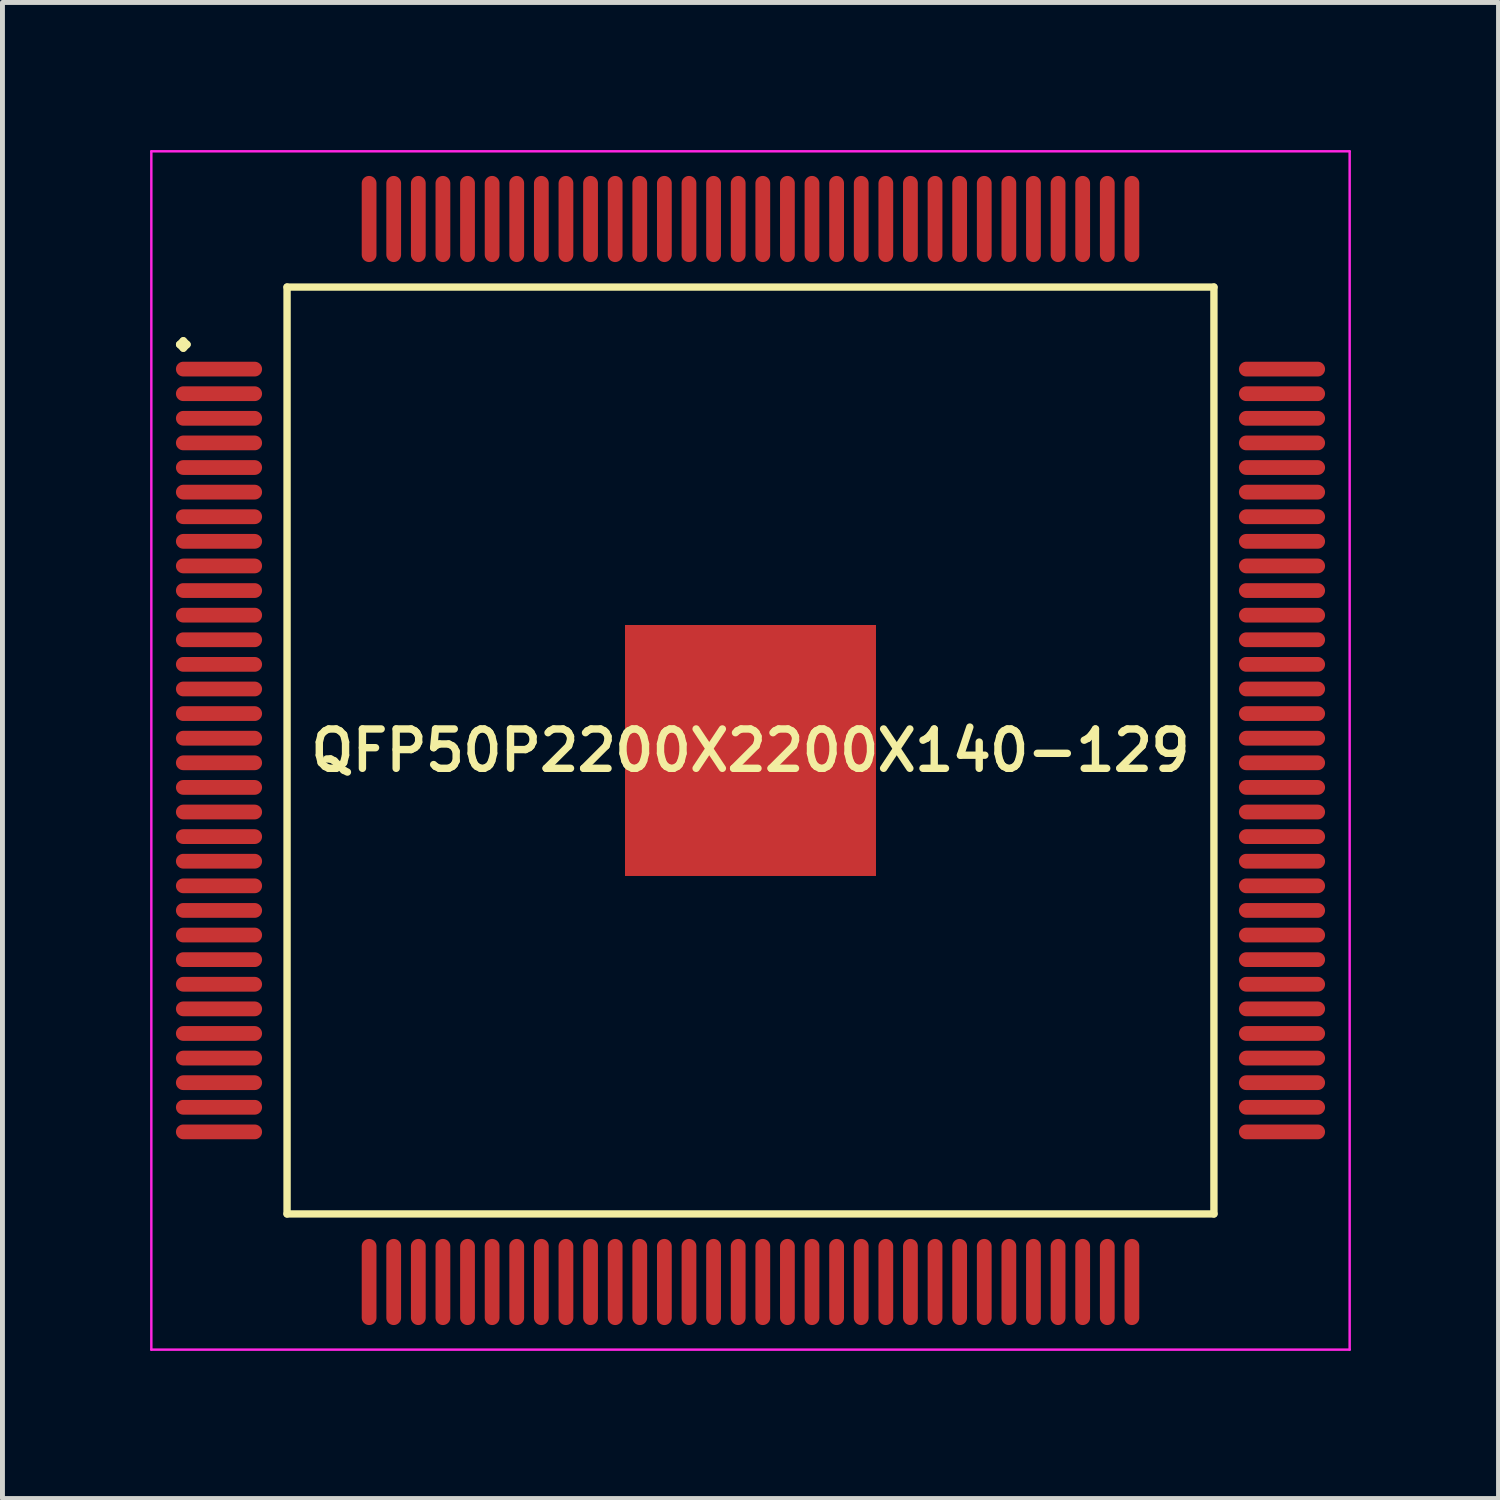
<source format=kicad_pcb>
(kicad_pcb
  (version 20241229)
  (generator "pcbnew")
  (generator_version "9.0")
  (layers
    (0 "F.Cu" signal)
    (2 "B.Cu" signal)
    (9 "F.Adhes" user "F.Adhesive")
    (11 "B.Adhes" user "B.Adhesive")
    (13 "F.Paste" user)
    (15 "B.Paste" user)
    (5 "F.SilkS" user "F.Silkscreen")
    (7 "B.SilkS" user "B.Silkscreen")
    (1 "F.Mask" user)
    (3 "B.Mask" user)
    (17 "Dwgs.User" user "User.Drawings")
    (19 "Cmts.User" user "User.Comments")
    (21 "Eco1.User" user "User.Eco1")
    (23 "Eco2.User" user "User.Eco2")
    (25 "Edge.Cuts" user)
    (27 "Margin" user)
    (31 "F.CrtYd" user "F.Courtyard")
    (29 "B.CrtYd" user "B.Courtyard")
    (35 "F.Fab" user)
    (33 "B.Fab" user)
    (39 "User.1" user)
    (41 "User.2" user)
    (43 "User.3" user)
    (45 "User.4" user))
  (footprint "QFP50P2200X2200X140-129"
    (layer "F.Cu")
    (at 12.2 12.2)
    (property "Reference" "QFP50P2200X2200X140-129" (at 0 0 0) (layer "F.SilkS") (effects (font (size 0.8 0.8) (thickness 0.15))))
    (attr smd)
    (fp_line (start -11.6 -8.25) (end -11.525 -8.325) (stroke (width 0.15) (type solid)) (layer "F.SilkS"))
    (fp_line (start -11.525 -8.325) (end -11.45 -8.25) (stroke (width 0.15) (type solid)) (layer "F.SilkS"))
    (fp_line (start -11.525 -8.175) (end -11.6 -8.25) (stroke (width 0.15) (type solid)) (layer "F.SilkS"))
    (fp_line (start -11.45 -8.25) (end -11.525 -8.175) (stroke (width 0.15) (type solid)) (layer "F.SilkS"))
    (fp_line (start -9.417 -9.417) (end -9.417 9.417) (stroke (width 0.15) (type solid)) (layer "F.SilkS"))
    (fp_line (start -9.417 9.417) (end 9.417 9.417) (stroke (width 0.15) (type solid)) (layer "F.SilkS"))
    (fp_line (start 9.417 -9.417) (end -9.417 -9.417) (stroke (width 0.15) (type solid)) (layer "F.SilkS"))
    (fp_line (start 9.417 9.417) (end 9.417 -9.417) (stroke (width 0.15) (type solid)) (layer "F.SilkS"))
    (fp_line (start -12.175 -12.175) (end 12.175 -12.175) (stroke (width 0.05) (type solid)) (layer "F.CrtYd"))
    (fp_line (start -12.175 12.175) (end -12.175 -12.175) (stroke (width 0.05) (type solid)) (layer "F.CrtYd"))
    (fp_line (start 12.175 -12.175) (end 12.175 12.175) (stroke (width 0.05) (type solid)) (layer "F.CrtYd"))
    (fp_line (start 12.175 12.175) (end -12.175 12.175) (stroke (width 0.05) (type solid)) (layer "F.CrtYd"))
    (pad "1" smd oval (at -10.8 -7.75) (size 1.75 0.3) (layers "F.Cu" "F.Mask" "F.Paste"))
    (pad "2" smd oval (at -10.8 -7.25) (size 1.75 0.3) (layers "F.Cu" "F.Mask" "F.Paste"))
    (pad "3" smd oval (at -10.8 -6.75) (size 1.75 0.3) (layers "F.Cu" "F.Mask" "F.Paste"))
    (pad "4" smd oval (at -10.8 -6.25) (size 1.75 0.3) (layers "F.Cu" "F.Mask" "F.Paste"))
    (pad "5" smd oval (at -10.8 -5.75) (size 1.75 0.3) (layers "F.Cu" "F.Mask" "F.Paste"))
    (pad "6" smd oval (at -10.8 -5.25) (size 1.75 0.3) (layers "F.Cu" "F.Mask" "F.Paste"))
    (pad "7" smd oval (at -10.8 -4.75) (size 1.75 0.3) (layers "F.Cu" "F.Mask" "F.Paste"))
    (pad "8" smd oval (at -10.8 -4.25) (size 1.75 0.3) (layers "F.Cu" "F.Mask" "F.Paste"))
    (pad "9" smd oval (at -10.8 -3.75) (size 1.75 0.3) (layers "F.Cu" "F.Mask" "F.Paste"))
    (pad "10" smd oval (at -10.8 -3.25) (size 1.75 0.3) (layers "F.Cu" "F.Mask" "F.Paste"))
    (pad "11" smd oval (at -10.8 -2.75) (size 1.75 0.3) (layers "F.Cu" "F.Mask" "F.Paste"))
    (pad "12" smd oval (at -10.8 -2.25) (size 1.75 0.3) (layers "F.Cu" "F.Mask" "F.Paste"))
    (pad "13" smd oval (at -10.8 -1.75) (size 1.75 0.3) (layers "F.Cu" "F.Mask" "F.Paste"))
    (pad "14" smd oval (at -10.8 -1.25) (size 1.75 0.3) (layers "F.Cu" "F.Mask" "F.Paste"))
    (pad "15" smd oval (at -10.8 -0.75) (size 1.75 0.3) (layers "F.Cu" "F.Mask" "F.Paste"))
    (pad "16" smd oval (at -10.8 -0.25) (size 1.75 0.3) (layers "F.Cu" "F.Mask" "F.Paste"))
    (pad "17" smd oval (at -10.8 0.25) (size 1.75 0.3) (layers "F.Cu" "F.Mask" "F.Paste"))
    (pad "18" smd oval (at -10.8 0.75) (size 1.75 0.3) (layers "F.Cu" "F.Mask" "F.Paste"))
    (pad "19" smd oval (at -10.8 1.25) (size 1.75 0.3) (layers "F.Cu" "F.Mask" "F.Paste"))
    (pad "20" smd oval (at -10.8 1.75) (size 1.75 0.3) (layers "F.Cu" "F.Mask" "F.Paste"))
    (pad "21" smd oval (at -10.8 2.25) (size 1.75 0.3) (layers "F.Cu" "F.Mask" "F.Paste"))
    (pad "22" smd oval (at -10.8 2.75) (size 1.75 0.3) (layers "F.Cu" "F.Mask" "F.Paste"))
    (pad "23" smd oval (at -10.8 3.25) (size 1.75 0.3) (layers "F.Cu" "F.Mask" "F.Paste"))
    (pad "24" smd oval (at -10.8 3.75) (size 1.75 0.3) (layers "F.Cu" "F.Mask" "F.Paste"))
    (pad "25" smd oval (at -10.8 4.25) (size 1.75 0.3) (layers "F.Cu" "F.Mask" "F.Paste"))
    (pad "26" smd oval (at -10.8 4.75) (size 1.75 0.3) (layers "F.Cu" "F.Mask" "F.Paste"))
    (pad "27" smd oval (at -10.8 5.25) (size 1.75 0.3) (layers "F.Cu" "F.Mask" "F.Paste"))
    (pad "28" smd oval (at -10.8 5.75) (size 1.75 0.3) (layers "F.Cu" "F.Mask" "F.Paste"))
    (pad "29" smd oval (at -10.8 6.25) (size 1.75 0.3) (layers "F.Cu" "F.Mask" "F.Paste"))
    (pad "30" smd oval (at -10.8 6.75) (size 1.75 0.3) (layers "F.Cu" "F.Mask" "F.Paste"))
    (pad "31" smd oval (at -10.8 7.25) (size 1.75 0.3) (layers "F.Cu" "F.Mask" "F.Paste"))
    (pad "32" smd oval (at -10.8 7.75) (size 1.75 0.3) (layers "F.Cu" "F.Mask" "F.Paste"))
    (pad "33" smd oval (at -7.75 10.8) (size 0.3 1.75) (layers "F.Cu" "F.Mask" "F.Paste"))
    (pad "34" smd oval (at -7.25 10.8) (size 0.3 1.75) (layers "F.Cu" "F.Mask" "F.Paste"))
    (pad "35" smd oval (at -6.75 10.8) (size 0.3 1.75) (layers "F.Cu" "F.Mask" "F.Paste"))
    (pad "36" smd oval (at -6.25 10.8) (size 0.3 1.75) (layers "F.Cu" "F.Mask" "F.Paste"))
    (pad "37" smd oval (at -5.75 10.8) (size 0.3 1.75) (layers "F.Cu" "F.Mask" "F.Paste"))
    (pad "38" smd oval (at -5.25 10.8) (size 0.3 1.75) (layers "F.Cu" "F.Mask" "F.Paste"))
    (pad "39" smd oval (at -4.75 10.8) (size 0.3 1.75) (layers "F.Cu" "F.Mask" "F.Paste"))
    (pad "40" smd oval (at -4.25 10.8) (size 0.3 1.75) (layers "F.Cu" "F.Mask" "F.Paste"))
    (pad "41" smd oval (at -3.75 10.8) (size 0.3 1.75) (layers "F.Cu" "F.Mask" "F.Paste"))
    (pad "42" smd oval (at -3.25 10.8) (size 0.3 1.75) (layers "F.Cu" "F.Mask" "F.Paste"))
    (pad "43" smd oval (at -2.75 10.8) (size 0.3 1.75) (layers "F.Cu" "F.Mask" "F.Paste"))
    (pad "44" smd oval (at -2.25 10.8) (size 0.3 1.75) (layers "F.Cu" "F.Mask" "F.Paste"))
    (pad "45" smd oval (at -1.75 10.8) (size 0.3 1.75) (layers "F.Cu" "F.Mask" "F.Paste"))
    (pad "46" smd oval (at -1.25 10.8) (size 0.3 1.75) (layers "F.Cu" "F.Mask" "F.Paste"))
    (pad "47" smd oval (at -0.75 10.8) (size 0.3 1.75) (layers "F.Cu" "F.Mask" "F.Paste"))
    (pad "48" smd oval (at -0.25 10.8) (size 0.3 1.75) (layers "F.Cu" "F.Mask" "F.Paste"))
    (pad "49" smd oval (at 0.25 10.8) (size 0.3 1.75) (layers "F.Cu" "F.Mask" "F.Paste"))
    (pad "50" smd oval (at 0.75 10.8) (size 0.3 1.75) (layers "F.Cu" "F.Mask" "F.Paste"))
    (pad "51" smd oval (at 1.25 10.8) (size 0.3 1.75) (layers "F.Cu" "F.Mask" "F.Paste"))
    (pad "52" smd oval (at 1.75 10.8) (size 0.3 1.75) (layers "F.Cu" "F.Mask" "F.Paste"))
    (pad "53" smd oval (at 2.25 10.8) (size 0.3 1.75) (layers "F.Cu" "F.Mask" "F.Paste"))
    (pad "54" smd oval (at 2.75 10.8) (size 0.3 1.75) (layers "F.Cu" "F.Mask" "F.Paste"))
    (pad "55" smd oval (at 3.25 10.8) (size 0.3 1.75) (layers "F.Cu" "F.Mask" "F.Paste"))
    (pad "56" smd oval (at 3.75 10.8) (size 0.3 1.75) (layers "F.Cu" "F.Mask" "F.Paste"))
    (pad "57" smd oval (at 4.25 10.8) (size 0.3 1.75) (layers "F.Cu" "F.Mask" "F.Paste"))
    (pad "58" smd oval (at 4.75 10.8) (size 0.3 1.75) (layers "F.Cu" "F.Mask" "F.Paste"))
    (pad "59" smd oval (at 5.25 10.8) (size 0.3 1.75) (layers "F.Cu" "F.Mask" "F.Paste"))
    (pad "60" smd oval (at 5.75 10.8) (size 0.3 1.75) (layers "F.Cu" "F.Mask" "F.Paste"))
    (pad "61" smd oval (at 6.25 10.8) (size 0.3 1.75) (layers "F.Cu" "F.Mask" "F.Paste"))
    (pad "62" smd oval (at 6.75 10.8) (size 0.3 1.75) (layers "F.Cu" "F.Mask" "F.Paste"))
    (pad "63" smd oval (at 7.25 10.8) (size 0.3 1.75) (layers "F.Cu" "F.Mask" "F.Paste"))
    (pad "64" smd oval (at 7.75 10.8) (size 0.3 1.75) (layers "F.Cu" "F.Mask" "F.Paste"))
    (pad "65" smd oval (at 10.8 7.75) (size 1.75 0.3) (layers "F.Cu" "F.Mask" "F.Paste"))
    (pad "66" smd oval (at 10.8 7.25) (size 1.75 0.3) (layers "F.Cu" "F.Mask" "F.Paste"))
    (pad "67" smd oval (at 10.8 6.75) (size 1.75 0.3) (layers "F.Cu" "F.Mask" "F.Paste"))
    (pad "68" smd oval (at 10.8 6.25) (size 1.75 0.3) (layers "F.Cu" "F.Mask" "F.Paste"))
    (pad "69" smd oval (at 10.8 5.75) (size 1.75 0.3) (layers "F.Cu" "F.Mask" "F.Paste"))
    (pad "70" smd oval (at 10.8 5.25) (size 1.75 0.3) (layers "F.Cu" "F.Mask" "F.Paste"))
    (pad "71" smd oval (at 10.8 4.75) (size 1.75 0.3) (layers "F.Cu" "F.Mask" "F.Paste"))
    (pad "72" smd oval (at 10.8 4.25) (size 1.75 0.3) (layers "F.Cu" "F.Mask" "F.Paste"))
    (pad "73" smd oval (at 10.8 3.75) (size 1.75 0.3) (layers "F.Cu" "F.Mask" "F.Paste"))
    (pad "74" smd oval (at 10.8 3.25) (size 1.75 0.3) (layers "F.Cu" "F.Mask" "F.Paste"))
    (pad "75" smd oval (at 10.8 2.75) (size 1.75 0.3) (layers "F.Cu" "F.Mask" "F.Paste"))
    (pad "76" smd oval (at 10.8 2.25) (size 1.75 0.3) (layers "F.Cu" "F.Mask" "F.Paste"))
    (pad "77" smd oval (at 10.8 1.75) (size 1.75 0.3) (layers "F.Cu" "F.Mask" "F.Paste"))
    (pad "78" smd oval (at 10.8 1.25) (size 1.75 0.3) (layers "F.Cu" "F.Mask" "F.Paste"))
    (pad "79" smd oval (at 10.8 0.75) (size 1.75 0.3) (layers "F.Cu" "F.Mask" "F.Paste"))
    (pad "80" smd oval (at 10.8 0.25) (size 1.75 0.3) (layers "F.Cu" "F.Mask" "F.Paste"))
    (pad "81" smd oval (at 10.8 -0.25) (size 1.75 0.3) (layers "F.Cu" "F.Mask" "F.Paste"))
    (pad "82" smd oval (at 10.8 -0.75) (size 1.75 0.3) (layers "F.Cu" "F.Mask" "F.Paste"))
    (pad "83" smd oval (at 10.8 -1.25) (size 1.75 0.3) (layers "F.Cu" "F.Mask" "F.Paste"))
    (pad "84" smd oval (at 10.8 -1.75) (size 1.75 0.3) (layers "F.Cu" "F.Mask" "F.Paste"))
    (pad "85" smd oval (at 10.8 -2.25) (size 1.75 0.3) (layers "F.Cu" "F.Mask" "F.Paste"))
    (pad "86" smd oval (at 10.8 -2.75) (size 1.75 0.3) (layers "F.Cu" "F.Mask" "F.Paste"))
    (pad "87" smd oval (at 10.8 -3.25) (size 1.75 0.3) (layers "F.Cu" "F.Mask" "F.Paste"))
    (pad "88" smd oval (at 10.8 -3.75) (size 1.75 0.3) (layers "F.Cu" "F.Mask" "F.Paste"))
    (pad "89" smd oval (at 10.8 -4.25) (size 1.75 0.3) (layers "F.Cu" "F.Mask" "F.Paste"))
    (pad "90" smd oval (at 10.8 -4.75) (size 1.75 0.3) (layers "F.Cu" "F.Mask" "F.Paste"))
    (pad "91" smd oval (at 10.8 -5.25) (size 1.75 0.3) (layers "F.Cu" "F.Mask" "F.Paste"))
    (pad "92" smd oval (at 10.8 -5.75) (size 1.75 0.3) (layers "F.Cu" "F.Mask" "F.Paste"))
    (pad "93" smd oval (at 10.8 -6.25) (size 1.75 0.3) (layers "F.Cu" "F.Mask" "F.Paste"))
    (pad "94" smd oval (at 10.8 -6.75) (size 1.75 0.3) (layers "F.Cu" "F.Mask" "F.Paste"))
    (pad "95" smd oval (at 10.8 -7.25) (size 1.75 0.3) (layers "F.Cu" "F.Mask" "F.Paste"))
    (pad "96" smd oval (at 10.8 -7.75) (size 1.75 0.3) (layers "F.Cu" "F.Mask" "F.Paste"))
    (pad "97" smd oval (at 7.75 -10.8) (size 0.3 1.75) (layers "F.Cu" "F.Mask" "F.Paste"))
    (pad "98" smd oval (at 7.25 -10.8) (size 0.3 1.75) (layers "F.Cu" "F.Mask" "F.Paste"))
    (pad "99" smd oval (at 6.75 -10.8) (size 0.3 1.75) (layers "F.Cu" "F.Mask" "F.Paste"))
    (pad "100" smd oval (at 6.25 -10.8) (size 0.3 1.75) (layers "F.Cu" "F.Mask" "F.Paste"))
    (pad "101" smd oval (at 5.75 -10.8) (size 0.3 1.75) (layers "F.Cu" "F.Mask" "F.Paste"))
    (pad "102" smd oval (at 5.25 -10.8) (size 0.3 1.75) (layers "F.Cu" "F.Mask" "F.Paste"))
    (pad "103" smd oval (at 4.75 -10.8) (size 0.3 1.75) (layers "F.Cu" "F.Mask" "F.Paste"))
    (pad "104" smd oval (at 4.25 -10.8) (size 0.3 1.75) (layers "F.Cu" "F.Mask" "F.Paste"))
    (pad "105" smd oval (at 3.75 -10.8) (size 0.3 1.75) (layers "F.Cu" "F.Mask" "F.Paste"))
    (pad "106" smd oval (at 3.25 -10.8) (size 0.3 1.75) (layers "F.Cu" "F.Mask" "F.Paste"))
    (pad "107" smd oval (at 2.75 -10.8) (size 0.3 1.75) (layers "F.Cu" "F.Mask" "F.Paste"))
    (pad "108" smd oval (at 2.25 -10.8) (size 0.3 1.75) (layers "F.Cu" "F.Mask" "F.Paste"))
    (pad "109" smd oval (at 1.75 -10.8) (size 0.3 1.75) (layers "F.Cu" "F.Mask" "F.Paste"))
    (pad "110" smd oval (at 1.25 -10.8) (size 0.3 1.75) (layers "F.Cu" "F.Mask" "F.Paste"))
    (pad "111" smd oval (at 0.75 -10.8) (size 0.3 1.75) (layers "F.Cu" "F.Mask" "F.Paste"))
    (pad "112" smd oval (at 0.25 -10.8) (size 0.3 1.75) (layers "F.Cu" "F.Mask" "F.Paste"))
    (pad "113" smd oval (at -0.25 -10.8) (size 0.3 1.75) (layers "F.Cu" "F.Mask" "F.Paste"))
    (pad "114" smd oval (at -0.75 -10.8) (size 0.3 1.75) (layers "F.Cu" "F.Mask" "F.Paste"))
    (pad "115" smd oval (at -1.25 -10.8) (size 0.3 1.75) (layers "F.Cu" "F.Mask" "F.Paste"))
    (pad "116" smd oval (at -1.75 -10.8) (size 0.3 1.75) (layers "F.Cu" "F.Mask" "F.Paste"))
    (pad "117" smd oval (at -2.25 -10.8) (size 0.3 1.75) (layers "F.Cu" "F.Mask" "F.Paste"))
    (pad "118" smd oval (at -2.75 -10.8) (size 0.3 1.75) (layers "F.Cu" "F.Mask" "F.Paste"))
    (pad "119" smd oval (at -3.25 -10.8) (size 0.3 1.75) (layers "F.Cu" "F.Mask" "F.Paste"))
    (pad "120" smd oval (at -3.75 -10.8) (size 0.3 1.75) (layers "F.Cu" "F.Mask" "F.Paste"))
    (pad "121" smd oval (at -4.25 -10.8) (size 0.3 1.75) (layers "F.Cu" "F.Mask" "F.Paste"))
    (pad "122" smd oval (at -4.75 -10.8) (size 0.3 1.75) (layers "F.Cu" "F.Mask" "F.Paste"))
    (pad "123" smd oval (at -5.25 -10.8) (size 0.3 1.75) (layers "F.Cu" "F.Mask" "F.Paste"))
    (pad "124" smd oval (at -5.75 -10.8) (size 0.3 1.75) (layers "F.Cu" "F.Mask" "F.Paste"))
    (pad "125" smd oval (at -6.25 -10.8) (size 0.3 1.75) (layers "F.Cu" "F.Mask" "F.Paste"))
    (pad "126" smd oval (at -6.75 -10.8) (size 0.3 1.75) (layers "F.Cu" "F.Mask" "F.Paste"))
    (pad "127" smd oval (at -7.25 -10.8) (size 0.3 1.75) (layers "F.Cu" "F.Mask" "F.Paste"))
    (pad "128" smd oval (at -7.75 -10.8) (size 0.3 1.75) (layers "F.Cu" "F.Mask" "F.Paste"))
    (pad "129" smd rect (at 0 0) (size 5.1 5.1) (layers "F.Cu" "F.Mask" "F.Paste")))
  (gr_rect
    (start -3 -3)
    (end 27.4 27.4)
    (stroke (width 0.1) (type default))
    (fill no)
    (layer "Edge.Cuts")))
</source>
